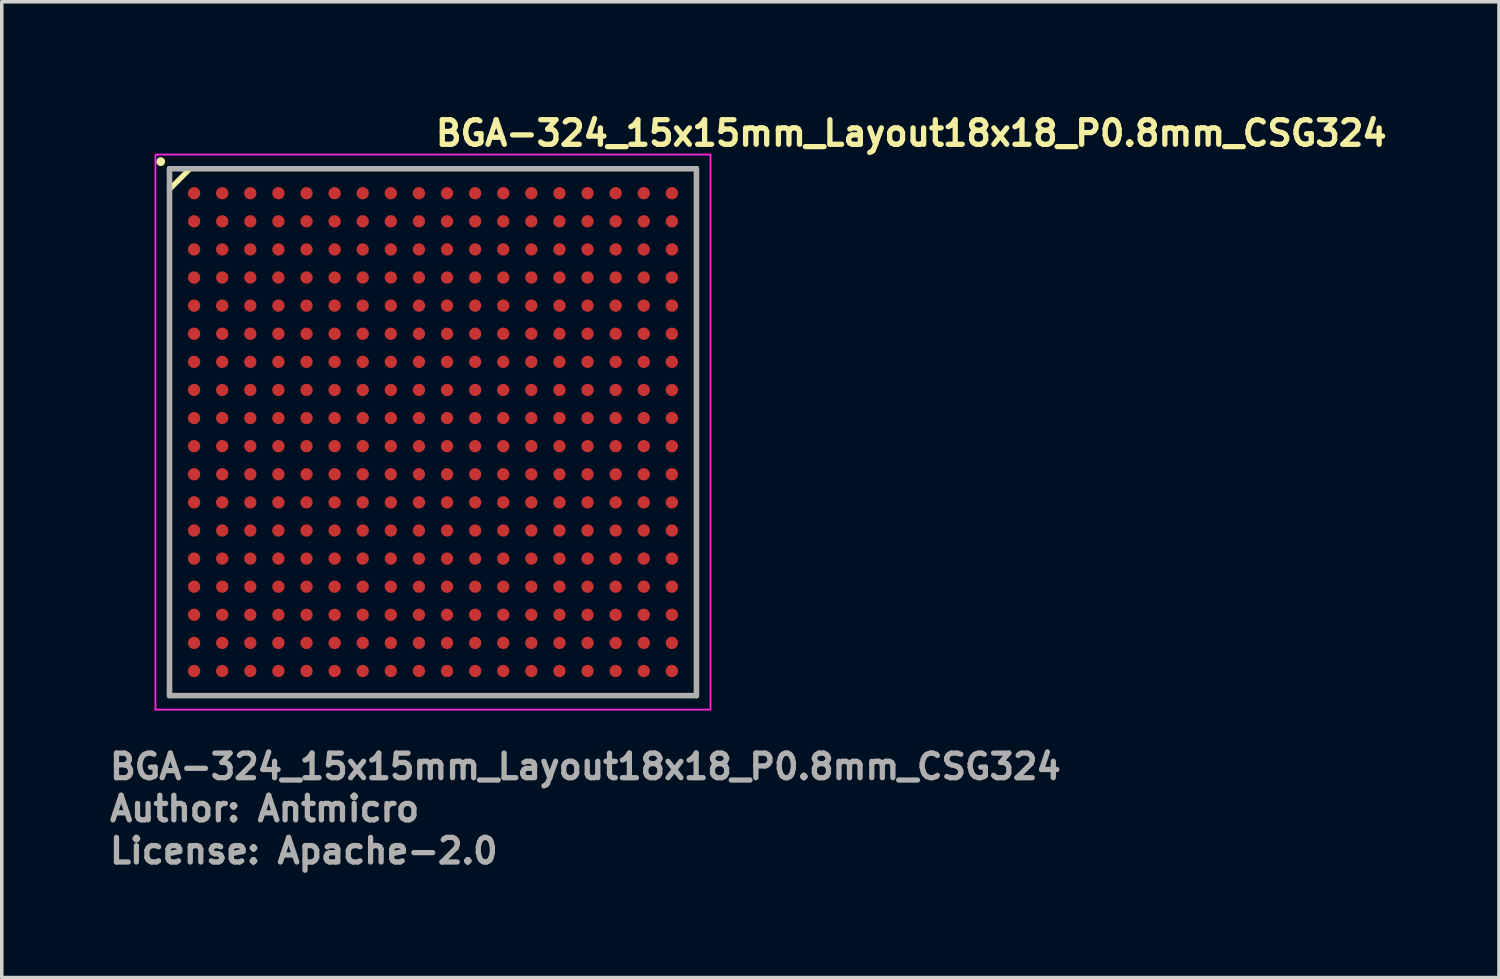
<source format=kicad_pcb>
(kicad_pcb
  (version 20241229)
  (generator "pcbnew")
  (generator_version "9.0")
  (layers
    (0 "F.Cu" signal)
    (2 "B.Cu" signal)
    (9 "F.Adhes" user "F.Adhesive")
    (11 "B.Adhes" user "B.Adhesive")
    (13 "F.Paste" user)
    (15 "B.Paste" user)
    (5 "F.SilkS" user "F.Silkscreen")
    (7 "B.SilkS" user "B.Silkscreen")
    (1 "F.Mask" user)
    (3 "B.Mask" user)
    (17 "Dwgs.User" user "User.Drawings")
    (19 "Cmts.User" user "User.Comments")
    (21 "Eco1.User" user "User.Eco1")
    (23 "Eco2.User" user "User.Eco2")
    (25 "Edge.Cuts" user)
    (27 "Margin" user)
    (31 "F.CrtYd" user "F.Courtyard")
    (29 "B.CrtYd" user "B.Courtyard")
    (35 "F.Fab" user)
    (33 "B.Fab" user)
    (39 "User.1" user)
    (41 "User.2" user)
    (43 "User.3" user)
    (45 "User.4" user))
  (footprint "BGA-324_15x15mm_Layout18x18_P0.8mm_CSG324"
    (layer "F.Cu")
    (at 9.275 9.25)
    (property "Reference" "BGA-324_15x15mm_Layout18x18_P0.8mm_CSG324" (at 0 -8.1 0) (layer "F.SilkS") (effects (font (size 0.7 0.7) (thickness 0.15)) (justify left bottom)))
    (attr smd)
    (fp_line (start -7.5 -7.5) (end 7.5 -7.5) (stroke (width 0.15) (type solid)) (layer "F.SilkS"))
    (fp_line (start -7.5 -6.913) (end -6.913 -7.5) (stroke (width 0.15) (type solid)) (layer "F.SilkS"))
    (fp_line (start -7.5 7.5) (end -7.5 -7.5) (stroke (width 0.15) (type solid)) (layer "F.SilkS"))
    (fp_line (start -7.5 7.5) (end 7.5 7.5) (stroke (width 0.15) (type solid)) (layer "F.SilkS"))
    (fp_line (start 7.5 7.5) (end 7.5 -7.5) (stroke (width 0.15) (type solid)) (layer "F.SilkS"))
    (fp_circle (center -7.75 -7.7) (end -7.7 -7.7) (stroke (width 0.15) (type solid)) (fill yes) (layer "F.SilkS"))
    (fp_rect (start -7.9 -7.9) (end 7.9 7.9) (stroke (width 0.05) (type solid)) (fill no) (layer "F.CrtYd"))
    (fp_line (start -7.5 -7.5) (end 7.5 -7.5) (stroke (width 0.15) (type solid)) (layer "F.Fab"))
    (fp_line (start -7.5 7.5) (end -7.5 -7.5) (stroke (width 0.15) (type solid)) (layer "F.Fab"))
    (fp_line (start -7.5 7.5) (end 7.5 7.5) (stroke (width 0.15) (type solid)) (layer "F.Fab"))
    (fp_line (start 7.5 7.5) (end 7.5 -7.5) (stroke (width 0.15) (type solid)) (layer "F.Fab"))
    (fp_rect (start -7.5 -7.5) (end 7.5 7.5) (stroke (width 0.1) (type solid)) (fill no) (layer "User.5"))
    (fp_line (start -7.5 -7.5) (end -7.5 7.5) (stroke (width 0.02) (type solid)) (layer "User.9"))
    (fp_line (start -7.5 7.5) (end 7.5 7.5) (stroke (width 0.02) (type solid)) (layer "User.9"))
    (fp_line (start 7.5 -7.5) (end -7.5 -7.5) (stroke (width 0.02) (type solid)) (layer "User.9"))
    (fp_line (start 7.5 7.5) (end 7.5 -7.5) (stroke (width 0.02) (type solid)) (layer "User.9"))
    (fp_text user "Author: Antmicro" (at -9.275 11.13 0) (layer "F.Fab") (effects (font (size 0.7 0.7) (thickness 0.15)) (justify left bottom)))
    (fp_text user "License: Apache-2.0" (at -9.275 12.33 0) (layer "F.Fab") (effects (font (size 0.7 0.7) (thickness 0.15)) (justify left bottom)))
    (fp_text user "${REFERENCE}" (at -9.275 9.93 0) (layer "F.Fab") (effects (font (size 0.7 0.7) (thickness 0.15)) (justify left bottom)))
    (pad "A1" smd circle (at -6.8 -6.8) (size 0.35 0.35) (layers "F.Cu" "F.Mask" "F.Paste"))
    (pad "A2" smd circle (at -6 -6.8) (size 0.35 0.35) (layers "F.Cu" "F.Mask" "F.Paste"))
    (pad "A3" smd circle (at -5.2 -6.8) (size 0.35 0.35) (layers "F.Cu" "F.Mask" "F.Paste"))
    (pad "A4" smd circle (at -4.4 -6.8) (size 0.35 0.35) (layers "F.Cu" "F.Mask" "F.Paste"))
    (pad "A5" smd circle (at -3.6 -6.8) (size 0.35 0.35) (layers "F.Cu" "F.Mask" "F.Paste"))
    (pad "A6" smd circle (at -2.8 -6.8) (size 0.35 0.35) (layers "F.Cu" "F.Mask" "F.Paste"))
    (pad "A7" smd circle (at -2 -6.8) (size 0.35 0.35) (layers "F.Cu" "F.Mask" "F.Paste"))
    (pad "A8" smd circle (at -1.2 -6.8) (size 0.35 0.35) (layers "F.Cu" "F.Mask" "F.Paste"))
    (pad "A9" smd circle (at -0.4 -6.8) (size 0.35 0.35) (layers "F.Cu" "F.Mask" "F.Paste"))
    (pad "A10" smd circle (at 0.4 -6.8) (size 0.35 0.35) (layers "F.Cu" "F.Mask" "F.Paste"))
    (pad "A11" smd circle (at 1.2 -6.8) (size 0.35 0.35) (layers "F.Cu" "F.Mask" "F.Paste"))
    (pad "A12" smd circle (at 2 -6.8) (size 0.35 0.35) (layers "F.Cu" "F.Mask" "F.Paste"))
    (pad "A13" smd circle (at 2.8 -6.8) (size 0.35 0.35) (layers "F.Cu" "F.Mask" "F.Paste"))
    (pad "A14" smd circle (at 3.6 -6.8) (size 0.35 0.35) (layers "F.Cu" "F.Mask" "F.Paste"))
    (pad "A15" smd circle (at 4.4 -6.8) (size 0.35 0.35) (layers "F.Cu" "F.Mask" "F.Paste"))
    (pad "A16" smd circle (at 5.2 -6.8) (size 0.35 0.35) (layers "F.Cu" "F.Mask" "F.Paste"))
    (pad "A17" smd circle (at 6 -6.8) (size 0.35 0.35) (layers "F.Cu" "F.Mask" "F.Paste"))
    (pad "A18" smd circle (at 6.8 -6.8) (size 0.35 0.35) (layers "F.Cu" "F.Mask" "F.Paste"))
    (pad "B1" smd circle (at -6.8 -6) (size 0.35 0.35) (layers "F.Cu" "F.Mask" "F.Paste"))
    (pad "B2" smd circle (at -6 -6) (size 0.35 0.35) (layers "F.Cu" "F.Mask" "F.Paste"))
    (pad "B3" smd circle (at -5.2 -6) (size 0.35 0.35) (layers "F.Cu" "F.Mask" "F.Paste"))
    (pad "B4" smd circle (at -4.4 -6) (size 0.35 0.35) (layers "F.Cu" "F.Mask" "F.Paste"))
    (pad "B5" smd circle (at -3.6 -6) (size 0.35 0.35) (layers "F.Cu" "F.Mask" "F.Paste"))
    (pad "B6" smd circle (at -2.8 -6) (size 0.35 0.35) (layers "F.Cu" "F.Mask" "F.Paste"))
    (pad "B7" smd circle (at -2 -6) (size 0.35 0.35) (layers "F.Cu" "F.Mask" "F.Paste"))
    (pad "B8" smd circle (at -1.2 -6) (size 0.35 0.35) (layers "F.Cu" "F.Mask" "F.Paste"))
    (pad "B9" smd circle (at -0.4 -6) (size 0.35 0.35) (layers "F.Cu" "F.Mask" "F.Paste"))
    (pad "B10" smd circle (at 0.4 -6) (size 0.35 0.35) (layers "F.Cu" "F.Mask" "F.Paste"))
    (pad "B11" smd circle (at 1.2 -6) (size 0.35 0.35) (layers "F.Cu" "F.Mask" "F.Paste"))
    (pad "B12" smd circle (at 2 -6) (size 0.35 0.35) (layers "F.Cu" "F.Mask" "F.Paste"))
    (pad "B13" smd circle (at 2.8 -6) (size 0.35 0.35) (layers "F.Cu" "F.Mask" "F.Paste"))
    (pad "B14" smd circle (at 3.6 -6) (size 0.35 0.35) (layers "F.Cu" "F.Mask" "F.Paste"))
    (pad "B15" smd circle (at 4.4 -6) (size 0.35 0.35) (layers "F.Cu" "F.Mask" "F.Paste"))
    (pad "B16" smd circle (at 5.2 -6) (size 0.35 0.35) (layers "F.Cu" "F.Mask" "F.Paste"))
    (pad "B17" smd circle (at 6 -6) (size 0.35 0.35) (layers "F.Cu" "F.Mask" "F.Paste"))
    (pad "B18" smd circle (at 6.8 -6) (size 0.35 0.35) (layers "F.Cu" "F.Mask" "F.Paste"))
    (pad "C1" smd circle (at -6.8 -5.2) (size 0.35 0.35) (layers "F.Cu" "F.Mask" "F.Paste"))
    (pad "C2" smd circle (at -6 -5.2) (size 0.35 0.35) (layers "F.Cu" "F.Mask" "F.Paste"))
    (pad "C3" smd circle (at -5.2 -5.2) (size 0.35 0.35) (layers "F.Cu" "F.Mask" "F.Paste"))
    (pad "C4" smd circle (at -4.4 -5.2) (size 0.35 0.35) (layers "F.Cu" "F.Mask" "F.Paste"))
    (pad "C5" smd circle (at -3.6 -5.2) (size 0.35 0.35) (layers "F.Cu" "F.Mask" "F.Paste"))
    (pad "C6" smd circle (at -2.8 -5.2) (size 0.35 0.35) (layers "F.Cu" "F.Mask" "F.Paste"))
    (pad "C7" smd circle (at -2 -5.2) (size 0.35 0.35) (layers "F.Cu" "F.Mask" "F.Paste"))
    (pad "C8" smd circle (at -1.2 -5.2) (size 0.35 0.35) (layers "F.Cu" "F.Mask" "F.Paste"))
    (pad "C9" smd circle (at -0.4 -5.2) (size 0.35 0.35) (layers "F.Cu" "F.Mask" "F.Paste"))
    (pad "C10" smd circle (at 0.4 -5.2) (size 0.35 0.35) (layers "F.Cu" "F.Mask" "F.Paste"))
    (pad "C11" smd circle (at 1.2 -5.2) (size 0.35 0.35) (layers "F.Cu" "F.Mask" "F.Paste"))
    (pad "C12" smd circle (at 2 -5.2) (size 0.35 0.35) (layers "F.Cu" "F.Mask" "F.Paste"))
    (pad "C13" smd circle (at 2.8 -5.2) (size 0.35 0.35) (layers "F.Cu" "F.Mask" "F.Paste"))
    (pad "C14" smd circle (at 3.6 -5.2) (size 0.35 0.35) (layers "F.Cu" "F.Mask" "F.Paste"))
    (pad "C15" smd circle (at 4.4 -5.2) (size 0.35 0.35) (layers "F.Cu" "F.Mask" "F.Paste"))
    (pad "C16" smd circle (at 5.2 -5.2) (size 0.35 0.35) (layers "F.Cu" "F.Mask" "F.Paste"))
    (pad "C17" smd circle (at 6 -5.2) (size 0.35 0.35) (layers "F.Cu" "F.Mask" "F.Paste"))
    (pad "C18" smd circle (at 6.8 -5.2) (size 0.35 0.35) (layers "F.Cu" "F.Mask" "F.Paste"))
    (pad "D1" smd circle (at -6.8 -4.4) (size 0.35 0.35) (layers "F.Cu" "F.Mask" "F.Paste"))
    (pad "D2" smd circle (at -6 -4.4) (size 0.35 0.35) (layers "F.Cu" "F.Mask" "F.Paste"))
    (pad "D3" smd circle (at -5.2 -4.4) (size 0.35 0.35) (layers "F.Cu" "F.Mask" "F.Paste"))
    (pad "D4" smd circle (at -4.4 -4.4) (size 0.35 0.35) (layers "F.Cu" "F.Mask" "F.Paste"))
    (pad "D5" smd circle (at -3.6 -4.4) (size 0.35 0.35) (layers "F.Cu" "F.Mask" "F.Paste"))
    (pad "D6" smd circle (at -2.8 -4.4) (size 0.35 0.35) (layers "F.Cu" "F.Mask" "F.Paste"))
    (pad "D7" smd circle (at -2 -4.4) (size 0.35 0.35) (layers "F.Cu" "F.Mask" "F.Paste"))
    (pad "D8" smd circle (at -1.2 -4.4) (size 0.35 0.35) (layers "F.Cu" "F.Mask" "F.Paste"))
    (pad "D9" smd circle (at -0.4 -4.4) (size 0.35 0.35) (layers "F.Cu" "F.Mask" "F.Paste"))
    (pad "D10" smd circle (at 0.4 -4.4) (size 0.35 0.35) (layers "F.Cu" "F.Mask" "F.Paste"))
    (pad "D11" smd circle (at 1.2 -4.4) (size 0.35 0.35) (layers "F.Cu" "F.Mask" "F.Paste"))
    (pad "D12" smd circle (at 2 -4.4) (size 0.35 0.35) (layers "F.Cu" "F.Mask" "F.Paste"))
    (pad "D13" smd circle (at 2.8 -4.4) (size 0.35 0.35) (layers "F.Cu" "F.Mask" "F.Paste"))
    (pad "D14" smd circle (at 3.6 -4.4) (size 0.35 0.35) (layers "F.Cu" "F.Mask" "F.Paste"))
    (pad "D15" smd circle (at 4.4 -4.4) (size 0.35 0.35) (layers "F.Cu" "F.Mask" "F.Paste"))
    (pad "D16" smd circle (at 5.2 -4.4) (size 0.35 0.35) (layers "F.Cu" "F.Mask" "F.Paste"))
    (pad "D17" smd circle (at 6 -4.4) (size 0.35 0.35) (layers "F.Cu" "F.Mask" "F.Paste"))
    (pad "D18" smd circle (at 6.8 -4.4) (size 0.35 0.35) (layers "F.Cu" "F.Mask" "F.Paste"))
    (pad "E1" smd circle (at -6.8 -3.6) (size 0.35 0.35) (layers "F.Cu" "F.Mask" "F.Paste"))
    (pad "E2" smd circle (at -6 -3.6) (size 0.35 0.35) (layers "F.Cu" "F.Mask" "F.Paste"))
    (pad "E3" smd circle (at -5.2 -3.6) (size 0.35 0.35) (layers "F.Cu" "F.Mask" "F.Paste"))
    (pad "E4" smd circle (at -4.4 -3.6) (size 0.35 0.35) (layers "F.Cu" "F.Mask" "F.Paste"))
    (pad "E5" smd circle (at -3.6 -3.6) (size 0.35 0.35) (layers "F.Cu" "F.Mask" "F.Paste"))
    (pad "E6" smd circle (at -2.8 -3.6) (size 0.35 0.35) (layers "F.Cu" "F.Mask" "F.Paste"))
    (pad "E7" smd circle (at -2 -3.6) (size 0.35 0.35) (layers "F.Cu" "F.Mask" "F.Paste"))
    (pad "E8" smd circle (at -1.2 -3.6) (size 0.35 0.35) (layers "F.Cu" "F.Mask" "F.Paste"))
    (pad "E9" smd circle (at -0.4 -3.6) (size 0.35 0.35) (layers "F.Cu" "F.Mask" "F.Paste"))
    (pad "E10" smd circle (at 0.4 -3.6) (size 0.35 0.35) (layers "F.Cu" "F.Mask" "F.Paste"))
    (pad "E11" smd circle (at 1.2 -3.6) (size 0.35 0.35) (layers "F.Cu" "F.Mask" "F.Paste"))
    (pad "E12" smd circle (at 2 -3.6) (size 0.35 0.35) (layers "F.Cu" "F.Mask" "F.Paste"))
    (pad "E13" smd circle (at 2.8 -3.6) (size 0.35 0.35) (layers "F.Cu" "F.Mask" "F.Paste"))
    (pad "E14" smd circle (at 3.6 -3.6) (size 0.35 0.35) (layers "F.Cu" "F.Mask" "F.Paste"))
    (pad "E15" smd circle (at 4.4 -3.6) (size 0.35 0.35) (layers "F.Cu" "F.Mask" "F.Paste"))
    (pad "E16" smd circle (at 5.2 -3.6) (size 0.35 0.35) (layers "F.Cu" "F.Mask" "F.Paste"))
    (pad "E17" smd circle (at 6 -3.6) (size 0.35 0.35) (layers "F.Cu" "F.Mask" "F.Paste"))
    (pad "E18" smd circle (at 6.8 -3.6) (size 0.35 0.35) (layers "F.Cu" "F.Mask" "F.Paste"))
    (pad "F1" smd circle (at -6.8 -2.8) (size 0.35 0.35) (layers "F.Cu" "F.Mask" "F.Paste"))
    (pad "F2" smd circle (at -6 -2.8) (size 0.35 0.35) (layers "F.Cu" "F.Mask" "F.Paste"))
    (pad "F3" smd circle (at -5.2 -2.8) (size 0.35 0.35) (layers "F.Cu" "F.Mask" "F.Paste"))
    (pad "F4" smd circle (at -4.4 -2.8) (size 0.35 0.35) (layers "F.Cu" "F.Mask" "F.Paste"))
    (pad "F5" smd circle (at -3.6 -2.8) (size 0.35 0.35) (layers "F.Cu" "F.Mask" "F.Paste"))
    (pad "F6" smd circle (at -2.8 -2.8) (size 0.35 0.35) (layers "F.Cu" "F.Mask" "F.Paste"))
    (pad "F7" smd circle (at -2 -2.8) (size 0.35 0.35) (layers "F.Cu" "F.Mask" "F.Paste"))
    (pad "F8" smd circle (at -1.2 -2.8) (size 0.35 0.35) (layers "F.Cu" "F.Mask" "F.Paste"))
    (pad "F9" smd circle (at -0.4 -2.8) (size 0.35 0.35) (layers "F.Cu" "F.Mask" "F.Paste"))
    (pad "F10" smd circle (at 0.4 -2.8) (size 0.35 0.35) (layers "F.Cu" "F.Mask" "F.Paste"))
    (pad "F11" smd circle (at 1.2 -2.8) (size 0.35 0.35) (layers "F.Cu" "F.Mask" "F.Paste"))
    (pad "F12" smd circle (at 2 -2.8) (size 0.35 0.35) (layers "F.Cu" "F.Mask" "F.Paste"))
    (pad "F13" smd circle (at 2.8 -2.8) (size 0.35 0.35) (layers "F.Cu" "F.Mask" "F.Paste"))
    (pad "F14" smd circle (at 3.6 -2.8) (size 0.35 0.35) (layers "F.Cu" "F.Mask" "F.Paste"))
    (pad "F15" smd circle (at 4.4 -2.8) (size 0.35 0.35) (layers "F.Cu" "F.Mask" "F.Paste"))
    (pad "F16" smd circle (at 5.2 -2.8) (size 0.35 0.35) (layers "F.Cu" "F.Mask" "F.Paste"))
    (pad "F17" smd circle (at 6 -2.8) (size 0.35 0.35) (layers "F.Cu" "F.Mask" "F.Paste"))
    (pad "F18" smd circle (at 6.8 -2.8) (size 0.35 0.35) (layers "F.Cu" "F.Mask" "F.Paste"))
    (pad "G1" smd circle (at -6.8 -2) (size 0.35 0.35) (layers "F.Cu" "F.Mask" "F.Paste"))
    (pad "G2" smd circle (at -6 -2) (size 0.35 0.35) (layers "F.Cu" "F.Mask" "F.Paste"))
    (pad "G3" smd circle (at -5.2 -2) (size 0.35 0.35) (layers "F.Cu" "F.Mask" "F.Paste"))
    (pad "G4" smd circle (at -4.4 -2) (size 0.35 0.35) (layers "F.Cu" "F.Mask" "F.Paste"))
    (pad "G5" smd circle (at -3.6 -2) (size 0.35 0.35) (layers "F.Cu" "F.Mask" "F.Paste"))
    (pad "G6" smd circle (at -2.8 -2) (size 0.35 0.35) (layers "F.Cu" "F.Mask" "F.Paste"))
    (pad "G7" smd circle (at -2 -2) (size 0.35 0.35) (layers "F.Cu" "F.Mask" "F.Paste"))
    (pad "G8" smd circle (at -1.2 -2) (size 0.35 0.35) (layers "F.Cu" "F.Mask" "F.Paste"))
    (pad "G9" smd circle (at -0.4 -2) (size 0.35 0.35) (layers "F.Cu" "F.Mask" "F.Paste"))
    (pad "G10" smd circle (at 0.4 -2) (size 0.35 0.35) (layers "F.Cu" "F.Mask" "F.Paste"))
    (pad "G11" smd circle (at 1.2 -2) (size 0.35 0.35) (layers "F.Cu" "F.Mask" "F.Paste"))
    (pad "G12" smd circle (at 2 -2) (size 0.35 0.35) (layers "F.Cu" "F.Mask" "F.Paste"))
    (pad "G13" smd circle (at 2.8 -2) (size 0.35 0.35) (layers "F.Cu" "F.Mask" "F.Paste"))
    (pad "G14" smd circle (at 3.6 -2) (size 0.35 0.35) (layers "F.Cu" "F.Mask" "F.Paste"))
    (pad "G15" smd circle (at 4.4 -2) (size 0.35 0.35) (layers "F.Cu" "F.Mask" "F.Paste"))
    (pad "G16" smd circle (at 5.2 -2) (size 0.35 0.35) (layers "F.Cu" "F.Mask" "F.Paste"))
    (pad "G17" smd circle (at 6 -2) (size 0.35 0.35) (layers "F.Cu" "F.Mask" "F.Paste"))
    (pad "G18" smd circle (at 6.8 -2) (size 0.35 0.35) (layers "F.Cu" "F.Mask" "F.Paste"))
    (pad "H1" smd circle (at -6.8 -1.2) (size 0.35 0.35) (layers "F.Cu" "F.Mask" "F.Paste"))
    (pad "H2" smd circle (at -6 -1.2) (size 0.35 0.35) (layers "F.Cu" "F.Mask" "F.Paste"))
    (pad "H3" smd circle (at -5.2 -1.2) (size 0.35 0.35) (layers "F.Cu" "F.Mask" "F.Paste"))
    (pad "H4" smd circle (at -4.4 -1.2) (size 0.35 0.35) (layers "F.Cu" "F.Mask" "F.Paste"))
    (pad "H5" smd circle (at -3.6 -1.2) (size 0.35 0.35) (layers "F.Cu" "F.Mask" "F.Paste"))
    (pad "H6" smd circle (at -2.8 -1.2) (size 0.35 0.35) (layers "F.Cu" "F.Mask" "F.Paste"))
    (pad "H7" smd circle (at -2 -1.2) (size 0.35 0.35) (layers "F.Cu" "F.Mask" "F.Paste"))
    (pad "H8" smd circle (at -1.2 -1.2) (size 0.35 0.35) (layers "F.Cu" "F.Mask" "F.Paste"))
    (pad "H9" smd circle (at -0.4 -1.2) (size 0.35 0.35) (layers "F.Cu" "F.Mask" "F.Paste"))
    (pad "H10" smd circle (at 0.4 -1.2) (size 0.35 0.35) (layers "F.Cu" "F.Mask" "F.Paste"))
    (pad "H11" smd circle (at 1.2 -1.2) (size 0.35 0.35) (layers "F.Cu" "F.Mask" "F.Paste"))
    (pad "H12" smd circle (at 2 -1.2) (size 0.35 0.35) (layers "F.Cu" "F.Mask" "F.Paste"))
    (pad "H13" smd circle (at 2.8 -1.2) (size 0.35 0.35) (layers "F.Cu" "F.Mask" "F.Paste"))
    (pad "H14" smd circle (at 3.6 -1.2) (size 0.35 0.35) (layers "F.Cu" "F.Mask" "F.Paste"))
    (pad "H15" smd circle (at 4.4 -1.2) (size 0.35 0.35) (layers "F.Cu" "F.Mask" "F.Paste"))
    (pad "H16" smd circle (at 5.2 -1.2) (size 0.35 0.35) (layers "F.Cu" "F.Mask" "F.Paste"))
    (pad "H17" smd circle (at 6 -1.2) (size 0.35 0.35) (layers "F.Cu" "F.Mask" "F.Paste"))
    (pad "H18" smd circle (at 6.8 -1.2) (size 0.35 0.35) (layers "F.Cu" "F.Mask" "F.Paste"))
    (pad "J1" smd circle (at -6.8 -0.4) (size 0.35 0.35) (layers "F.Cu" "F.Mask" "F.Paste"))
    (pad "J2" smd circle (at -6 -0.4) (size 0.35 0.35) (layers "F.Cu" "F.Mask" "F.Paste"))
    (pad "J3" smd circle (at -5.2 -0.4) (size 0.35 0.35) (layers "F.Cu" "F.Mask" "F.Paste"))
    (pad "J4" smd circle (at -4.4 -0.4) (size 0.35 0.35) (layers "F.Cu" "F.Mask" "F.Paste"))
    (pad "J5" smd circle (at -3.6 -0.4) (size 0.35 0.35) (layers "F.Cu" "F.Mask" "F.Paste"))
    (pad "J6" smd circle (at -2.8 -0.4) (size 0.35 0.35) (layers "F.Cu" "F.Mask" "F.Paste"))
    (pad "J7" smd circle (at -2 -0.4) (size 0.35 0.35) (layers "F.Cu" "F.Mask" "F.Paste"))
    (pad "J8" smd circle (at -1.2 -0.4) (size 0.35 0.35) (layers "F.Cu" "F.Mask" "F.Paste"))
    (pad "J9" smd circle (at -0.4 -0.4) (size 0.35 0.35) (layers "F.Cu" "F.Mask" "F.Paste"))
    (pad "J10" smd circle (at 0.4 -0.4) (size 0.35 0.35) (layers "F.Cu" "F.Mask" "F.Paste"))
    (pad "J11" smd circle (at 1.2 -0.4) (size 0.35 0.35) (layers "F.Cu" "F.Mask" "F.Paste"))
    (pad "J12" smd circle (at 2 -0.4) (size 0.35 0.35) (layers "F.Cu" "F.Mask" "F.Paste"))
    (pad "J13" smd circle (at 2.8 -0.4) (size 0.35 0.35) (layers "F.Cu" "F.Mask" "F.Paste"))
    (pad "J14" smd circle (at 3.6 -0.4) (size 0.35 0.35) (layers "F.Cu" "F.Mask" "F.Paste"))
    (pad "J15" smd circle (at 4.4 -0.4) (size 0.35 0.35) (layers "F.Cu" "F.Mask" "F.Paste"))
    (pad "J16" smd circle (at 5.2 -0.4) (size 0.35 0.35) (layers "F.Cu" "F.Mask" "F.Paste"))
    (pad "J17" smd circle (at 6 -0.4) (size 0.35 0.35) (layers "F.Cu" "F.Mask" "F.Paste"))
    (pad "J18" smd circle (at 6.8 -0.4) (size 0.35 0.35) (layers "F.Cu" "F.Mask" "F.Paste"))
    (pad "K1" smd circle (at -6.8 0.4) (size 0.35 0.35) (layers "F.Cu" "F.Mask" "F.Paste"))
    (pad "K2" smd circle (at -6 0.4) (size 0.35 0.35) (layers "F.Cu" "F.Mask" "F.Paste"))
    (pad "K3" smd circle (at -5.2 0.4) (size 0.35 0.35) (layers "F.Cu" "F.Mask" "F.Paste"))
    (pad "K4" smd circle (at -4.4 0.4) (size 0.35 0.35) (layers "F.Cu" "F.Mask" "F.Paste"))
    (pad "K5" smd circle (at -3.6 0.4) (size 0.35 0.35) (layers "F.Cu" "F.Mask" "F.Paste"))
    (pad "K6" smd circle (at -2.8 0.4) (size 0.35 0.35) (layers "F.Cu" "F.Mask" "F.Paste"))
    (pad "K7" smd circle (at -2 0.4) (size 0.35 0.35) (layers "F.Cu" "F.Mask" "F.Paste"))
    (pad "K8" smd circle (at -1.2 0.4) (size 0.35 0.35) (layers "F.Cu" "F.Mask" "F.Paste"))
    (pad "K9" smd circle (at -0.4 0.4) (size 0.35 0.35) (layers "F.Cu" "F.Mask" "F.Paste"))
    (pad "K10" smd circle (at 0.4 0.4) (size 0.35 0.35) (layers "F.Cu" "F.Mask" "F.Paste"))
    (pad "K11" smd circle (at 1.2 0.4) (size 0.35 0.35) (layers "F.Cu" "F.Mask" "F.Paste"))
    (pad "K12" smd circle (at 2 0.4) (size 0.35 0.35) (layers "F.Cu" "F.Mask" "F.Paste"))
    (pad "K13" smd circle (at 2.8 0.4) (size 0.35 0.35) (layers "F.Cu" "F.Mask" "F.Paste"))
    (pad "K14" smd circle (at 3.6 0.4) (size 0.35 0.35) (layers "F.Cu" "F.Mask" "F.Paste"))
    (pad "K15" smd circle (at 4.4 0.4) (size 0.35 0.35) (layers "F.Cu" "F.Mask" "F.Paste"))
    (pad "K16" smd circle (at 5.2 0.4) (size 0.35 0.35) (layers "F.Cu" "F.Mask" "F.Paste"))
    (pad "K17" smd circle (at 6 0.4) (size 0.35 0.35) (layers "F.Cu" "F.Mask" "F.Paste"))
    (pad "K18" smd circle (at 6.8 0.4) (size 0.35 0.35) (layers "F.Cu" "F.Mask" "F.Paste"))
    (pad "L1" smd circle (at -6.8 1.2) (size 0.35 0.35) (layers "F.Cu" "F.Mask" "F.Paste"))
    (pad "L2" smd circle (at -6 1.2) (size 0.35 0.35) (layers "F.Cu" "F.Mask" "F.Paste"))
    (pad "L3" smd circle (at -5.2 1.2) (size 0.35 0.35) (layers "F.Cu" "F.Mask" "F.Paste"))
    (pad "L4" smd circle (at -4.4 1.2) (size 0.35 0.35) (layers "F.Cu" "F.Mask" "F.Paste"))
    (pad "L5" smd circle (at -3.6 1.2) (size 0.35 0.35) (layers "F.Cu" "F.Mask" "F.Paste"))
    (pad "L6" smd circle (at -2.8 1.2) (size 0.35 0.35) (layers "F.Cu" "F.Mask" "F.Paste"))
    (pad "L7" smd circle (at -2 1.2) (size 0.35 0.35) (layers "F.Cu" "F.Mask" "F.Paste"))
    (pad "L8" smd circle (at -1.2 1.2) (size 0.35 0.35) (layers "F.Cu" "F.Mask" "F.Paste"))
    (pad "L9" smd circle (at -0.4 1.2) (size 0.35 0.35) (layers "F.Cu" "F.Mask" "F.Paste"))
    (pad "L10" smd circle (at 0.4 1.2) (size 0.35 0.35) (layers "F.Cu" "F.Mask" "F.Paste"))
    (pad "L11" smd circle (at 1.2 1.2) (size 0.35 0.35) (layers "F.Cu" "F.Mask" "F.Paste"))
    (pad "L12" smd circle (at 2 1.2) (size 0.35 0.35) (layers "F.Cu" "F.Mask" "F.Paste"))
    (pad "L13" smd circle (at 2.8 1.2) (size 0.35 0.35) (layers "F.Cu" "F.Mask" "F.Paste"))
    (pad "L14" smd circle (at 3.6 1.2) (size 0.35 0.35) (layers "F.Cu" "F.Mask" "F.Paste"))
    (pad "L15" smd circle (at 4.4 1.2) (size 0.35 0.35) (layers "F.Cu" "F.Mask" "F.Paste"))
    (pad "L16" smd circle (at 5.2 1.2) (size 0.35 0.35) (layers "F.Cu" "F.Mask" "F.Paste"))
    (pad "L17" smd circle (at 6 1.2) (size 0.35 0.35) (layers "F.Cu" "F.Mask" "F.Paste"))
    (pad "L18" smd circle (at 6.8 1.2) (size 0.35 0.35) (layers "F.Cu" "F.Mask" "F.Paste"))
    (pad "M1" smd circle (at -6.8 2) (size 0.35 0.35) (layers "F.Cu" "F.Mask" "F.Paste"))
    (pad "M2" smd circle (at -6 2) (size 0.35 0.35) (layers "F.Cu" "F.Mask" "F.Paste"))
    (pad "M3" smd circle (at -5.2 2) (size 0.35 0.35) (layers "F.Cu" "F.Mask" "F.Paste"))
    (pad "M4" smd circle (at -4.4 2) (size 0.35 0.35) (layers "F.Cu" "F.Mask" "F.Paste"))
    (pad "M5" smd circle (at -3.6 2) (size 0.35 0.35) (layers "F.Cu" "F.Mask" "F.Paste"))
    (pad "M6" smd circle (at -2.8 2) (size 0.35 0.35) (layers "F.Cu" "F.Mask" "F.Paste"))
    (pad "M7" smd circle (at -2 2) (size 0.35 0.35) (layers "F.Cu" "F.Mask" "F.Paste"))
    (pad "M8" smd circle (at -1.2 2) (size 0.35 0.35) (layers "F.Cu" "F.Mask" "F.Paste"))
    (pad "M9" smd circle (at -0.4 2) (size 0.35 0.35) (layers "F.Cu" "F.Mask" "F.Paste"))
    (pad "M10" smd circle (at 0.4 2) (size 0.35 0.35) (layers "F.Cu" "F.Mask" "F.Paste"))
    (pad "M11" smd circle (at 1.2 2) (size 0.35 0.35) (layers "F.Cu" "F.Mask" "F.Paste"))
    (pad "M12" smd circle (at 2 2) (size 0.35 0.35) (layers "F.Cu" "F.Mask" "F.Paste"))
    (pad "M13" smd circle (at 2.8 2) (size 0.35 0.35) (layers "F.Cu" "F.Mask" "F.Paste"))
    (pad "M14" smd circle (at 3.6 2) (size 0.35 0.35) (layers "F.Cu" "F.Mask" "F.Paste"))
    (pad "M15" smd circle (at 4.4 2) (size 0.35 0.35) (layers "F.Cu" "F.Mask" "F.Paste"))
    (pad "M16" smd circle (at 5.2 2) (size 0.35 0.35) (layers "F.Cu" "F.Mask" "F.Paste"))
    (pad "M17" smd circle (at 6 2) (size 0.35 0.35) (layers "F.Cu" "F.Mask" "F.Paste"))
    (pad "M18" smd circle (at 6.8 2) (size 0.35 0.35) (layers "F.Cu" "F.Mask" "F.Paste"))
    (pad "N1" smd circle (at -6.8 2.8) (size 0.35 0.35) (layers "F.Cu" "F.Mask" "F.Paste"))
    (pad "N2" smd circle (at -6 2.8) (size 0.35 0.35) (layers "F.Cu" "F.Mask" "F.Paste"))
    (pad "N3" smd circle (at -5.2 2.8) (size 0.35 0.35) (layers "F.Cu" "F.Mask" "F.Paste"))
    (pad "N4" smd circle (at -4.4 2.8) (size 0.35 0.35) (layers "F.Cu" "F.Mask" "F.Paste"))
    (pad "N5" smd circle (at -3.6 2.8) (size 0.35 0.35) (layers "F.Cu" "F.Mask" "F.Paste"))
    (pad "N6" smd circle (at -2.8 2.8) (size 0.35 0.35) (layers "F.Cu" "F.Mask" "F.Paste"))
    (pad "N7" smd circle (at -2 2.8) (size 0.35 0.35) (layers "F.Cu" "F.Mask" "F.Paste"))
    (pad "N8" smd circle (at -1.2 2.8) (size 0.35 0.35) (layers "F.Cu" "F.Mask" "F.Paste"))
    (pad "N9" smd circle (at -0.4 2.8) (size 0.35 0.35) (layers "F.Cu" "F.Mask" "F.Paste"))
    (pad "N10" smd circle (at 0.4 2.8) (size 0.35 0.35) (layers "F.Cu" "F.Mask" "F.Paste"))
    (pad "N11" smd circle (at 1.2 2.8) (size 0.35 0.35) (layers "F.Cu" "F.Mask" "F.Paste"))
    (pad "N12" smd circle (at 2 2.8) (size 0.35 0.35) (layers "F.Cu" "F.Mask" "F.Paste"))
    (pad "N13" smd circle (at 2.8 2.8) (size 0.35 0.35) (layers "F.Cu" "F.Mask" "F.Paste"))
    (pad "N14" smd circle (at 3.6 2.8) (size 0.35 0.35) (layers "F.Cu" "F.Mask" "F.Paste"))
    (pad "N15" smd circle (at 4.4 2.8) (size 0.35 0.35) (layers "F.Cu" "F.Mask" "F.Paste"))
    (pad "N16" smd circle (at 5.2 2.8) (size 0.35 0.35) (layers "F.Cu" "F.Mask" "F.Paste"))
    (pad "N17" smd circle (at 6 2.8) (size 0.35 0.35) (layers "F.Cu" "F.Mask" "F.Paste"))
    (pad "N18" smd circle (at 6.8 2.8) (size 0.35 0.35) (layers "F.Cu" "F.Mask" "F.Paste"))
    (pad "P1" smd circle (at -6.8 3.6) (size 0.35 0.35) (layers "F.Cu" "F.Mask" "F.Paste"))
    (pad "P2" smd circle (at -6 3.6) (size 0.35 0.35) (layers "F.Cu" "F.Mask" "F.Paste"))
    (pad "P3" smd circle (at -5.2 3.6) (size 0.35 0.35) (layers "F.Cu" "F.Mask" "F.Paste"))
    (pad "P4" smd circle (at -4.4 3.6) (size 0.35 0.35) (layers "F.Cu" "F.Mask" "F.Paste"))
    (pad "P5" smd circle (at -3.6 3.6) (size 0.35 0.35) (layers "F.Cu" "F.Mask" "F.Paste"))
    (pad "P6" smd circle (at -2.8 3.6) (size 0.35 0.35) (layers "F.Cu" "F.Mask" "F.Paste"))
    (pad "P7" smd circle (at -2 3.6) (size 0.35 0.35) (layers "F.Cu" "F.Mask" "F.Paste"))
    (pad "P8" smd circle (at -1.2 3.6) (size 0.35 0.35) (layers "F.Cu" "F.Mask" "F.Paste"))
    (pad "P9" smd circle (at -0.4 3.6) (size 0.35 0.35) (layers "F.Cu" "F.Mask" "F.Paste"))
    (pad "P10" smd circle (at 0.4 3.6) (size 0.35 0.35) (layers "F.Cu" "F.Mask" "F.Paste"))
    (pad "P11" smd circle (at 1.2 3.6) (size 0.35 0.35) (layers "F.Cu" "F.Mask" "F.Paste"))
    (pad "P12" smd circle (at 2 3.6) (size 0.35 0.35) (layers "F.Cu" "F.Mask" "F.Paste"))
    (pad "P13" smd circle (at 2.8 3.6) (size 0.35 0.35) (layers "F.Cu" "F.Mask" "F.Paste"))
    (pad "P14" smd circle (at 3.6 3.6) (size 0.35 0.35) (layers "F.Cu" "F.Mask" "F.Paste"))
    (pad "P15" smd circle (at 4.4 3.6) (size 0.35 0.35) (layers "F.Cu" "F.Mask" "F.Paste"))
    (pad "P16" smd circle (at 5.2 3.6) (size 0.35 0.35) (layers "F.Cu" "F.Mask" "F.Paste"))
    (pad "P17" smd circle (at 6 3.6) (size 0.35 0.35) (layers "F.Cu" "F.Mask" "F.Paste"))
    (pad "P18" smd circle (at 6.8 3.6) (size 0.35 0.35) (layers "F.Cu" "F.Mask" "F.Paste"))
    (pad "R1" smd circle (at -6.8 4.4) (size 0.35 0.35) (layers "F.Cu" "F.Mask" "F.Paste"))
    (pad "R2" smd circle (at -6 4.4) (size 0.35 0.35) (layers "F.Cu" "F.Mask" "F.Paste"))
    (pad "R3" smd circle (at -5.2 4.4) (size 0.35 0.35) (layers "F.Cu" "F.Mask" "F.Paste"))
    (pad "R4" smd circle (at -4.4 4.4) (size 0.35 0.35) (layers "F.Cu" "F.Mask" "F.Paste"))
    (pad "R5" smd circle (at -3.6 4.4) (size 0.35 0.35) (layers "F.Cu" "F.Mask" "F.Paste"))
    (pad "R6" smd circle (at -2.8 4.4) (size 0.35 0.35) (layers "F.Cu" "F.Mask" "F.Paste"))
    (pad "R7" smd circle (at -2 4.4) (size 0.35 0.35) (layers "F.Cu" "F.Mask" "F.Paste"))
    (pad "R8" smd circle (at -1.2 4.4) (size 0.35 0.35) (layers "F.Cu" "F.Mask" "F.Paste"))
    (pad "R9" smd circle (at -0.4 4.4) (size 0.35 0.35) (layers "F.Cu" "F.Mask" "F.Paste"))
    (pad "R10" smd circle (at 0.4 4.4) (size 0.35 0.35) (layers "F.Cu" "F.Mask" "F.Paste"))
    (pad "R11" smd circle (at 1.2 4.4) (size 0.35 0.35) (layers "F.Cu" "F.Mask" "F.Paste"))
    (pad "R12" smd circle (at 2 4.4) (size 0.35 0.35) (layers "F.Cu" "F.Mask" "F.Paste"))
    (pad "R13" smd circle (at 2.8 4.4) (size 0.35 0.35) (layers "F.Cu" "F.Mask" "F.Paste"))
    (pad "R14" smd circle (at 3.6 4.4) (size 0.35 0.35) (layers "F.Cu" "F.Mask" "F.Paste"))
    (pad "R15" smd circle (at 4.4 4.4) (size 0.35 0.35) (layers "F.Cu" "F.Mask" "F.Paste"))
    (pad "R16" smd circle (at 5.2 4.4) (size 0.35 0.35) (layers "F.Cu" "F.Mask" "F.Paste"))
    (pad "R17" smd circle (at 6 4.4) (size 0.35 0.35) (layers "F.Cu" "F.Mask" "F.Paste"))
    (pad "R18" smd circle (at 6.8 4.4) (size 0.35 0.35) (layers "F.Cu" "F.Mask" "F.Paste"))
    (pad "T1" smd circle (at -6.8 5.2) (size 0.35 0.35) (layers "F.Cu" "F.Mask" "F.Paste"))
    (pad "T2" smd circle (at -6 5.2) (size 0.35 0.35) (layers "F.Cu" "F.Mask" "F.Paste"))
    (pad "T3" smd circle (at -5.2 5.2) (size 0.35 0.35) (layers "F.Cu" "F.Mask" "F.Paste"))
    (pad "T4" smd circle (at -4.4 5.2) (size 0.35 0.35) (layers "F.Cu" "F.Mask" "F.Paste"))
    (pad "T5" smd circle (at -3.6 5.2) (size 0.35 0.35) (layers "F.Cu" "F.Mask" "F.Paste"))
    (pad "T6" smd circle (at -2.8 5.2) (size 0.35 0.35) (layers "F.Cu" "F.Mask" "F.Paste"))
    (pad "T7" smd circle (at -2 5.2) (size 0.35 0.35) (layers "F.Cu" "F.Mask" "F.Paste"))
    (pad "T8" smd circle (at -1.2 5.2) (size 0.35 0.35) (layers "F.Cu" "F.Mask" "F.Paste"))
    (pad "T9" smd circle (at -0.4 5.2) (size 0.35 0.35) (layers "F.Cu" "F.Mask" "F.Paste"))
    (pad "T10" smd circle (at 0.4 5.2) (size 0.35 0.35) (layers "F.Cu" "F.Mask" "F.Paste"))
    (pad "T11" smd circle (at 1.2 5.2) (size 0.35 0.35) (layers "F.Cu" "F.Mask" "F.Paste"))
    (pad "T12" smd circle (at 2 5.2) (size 0.35 0.35) (layers "F.Cu" "F.Mask" "F.Paste"))
    (pad "T13" smd circle (at 2.8 5.2) (size 0.35 0.35) (layers "F.Cu" "F.Mask" "F.Paste"))
    (pad "T14" smd circle (at 3.6 5.2) (size 0.35 0.35) (layers "F.Cu" "F.Mask" "F.Paste"))
    (pad "T15" smd circle (at 4.4 5.2) (size 0.35 0.35) (layers "F.Cu" "F.Mask" "F.Paste"))
    (pad "T16" smd circle (at 5.2 5.2) (size 0.35 0.35) (layers "F.Cu" "F.Mask" "F.Paste"))
    (pad "T17" smd circle (at 6 5.2) (size 0.35 0.35) (layers "F.Cu" "F.Mask" "F.Paste"))
    (pad "T18" smd circle (at 6.8 5.2) (size 0.35 0.35) (layers "F.Cu" "F.Mask" "F.Paste"))
    (pad "U1" smd circle (at -6.8 6) (size 0.35 0.35) (layers "F.Cu" "F.Mask" "F.Paste"))
    (pad "U2" smd circle (at -6 6) (size 0.35 0.35) (layers "F.Cu" "F.Mask" "F.Paste"))
    (pad "U3" smd circle (at -5.2 6) (size 0.35 0.35) (layers "F.Cu" "F.Mask" "F.Paste"))
    (pad "U4" smd circle (at -4.4 6) (size 0.35 0.35) (layers "F.Cu" "F.Mask" "F.Paste"))
    (pad "U5" smd circle (at -3.6 6) (size 0.35 0.35) (layers "F.Cu" "F.Mask" "F.Paste"))
    (pad "U6" smd circle (at -2.8 6) (size 0.35 0.35) (layers "F.Cu" "F.Mask" "F.Paste"))
    (pad "U7" smd circle (at -2 6) (size 0.35 0.35) (layers "F.Cu" "F.Mask" "F.Paste"))
    (pad "U8" smd circle (at -1.2 6) (size 0.35 0.35) (layers "F.Cu" "F.Mask" "F.Paste"))
    (pad "U9" smd circle (at -0.4 6) (size 0.35 0.35) (layers "F.Cu" "F.Mask" "F.Paste"))
    (pad "U10" smd circle (at 0.4 6) (size 0.35 0.35) (layers "F.Cu" "F.Mask" "F.Paste"))
    (pad "U11" smd circle (at 1.2 6) (size 0.35 0.35) (layers "F.Cu" "F.Mask" "F.Paste"))
    (pad "U12" smd circle (at 2 6) (size 0.35 0.35) (layers "F.Cu" "F.Mask" "F.Paste"))
    (pad "U13" smd circle (at 2.8 6) (size 0.35 0.35) (layers "F.Cu" "F.Mask" "F.Paste"))
    (pad "U14" smd circle (at 3.6 6) (size 0.35 0.35) (layers "F.Cu" "F.Mask" "F.Paste"))
    (pad "U15" smd circle (at 4.4 6) (size 0.35 0.35) (layers "F.Cu" "F.Mask" "F.Paste"))
    (pad "U16" smd circle (at 5.2 6) (size 0.35 0.35) (layers "F.Cu" "F.Mask" "F.Paste"))
    (pad "U17" smd circle (at 6 6) (size 0.35 0.35) (layers "F.Cu" "F.Mask" "F.Paste"))
    (pad "U18" smd circle (at 6.8 6) (size 0.35 0.35) (layers "F.Cu" "F.Mask" "F.Paste"))
    (pad "V1" smd circle (at -6.8 6.8) (size 0.35 0.35) (layers "F.Cu" "F.Mask" "F.Paste"))
    (pad "V2" smd circle (at -6 6.8) (size 0.35 0.35) (layers "F.Cu" "F.Mask" "F.Paste"))
    (pad "V3" smd circle (at -5.2 6.8) (size 0.35 0.35) (layers "F.Cu" "F.Mask" "F.Paste"))
    (pad "V4" smd circle (at -4.4 6.8) (size 0.35 0.35) (layers "F.Cu" "F.Mask" "F.Paste"))
    (pad "V5" smd circle (at -3.6 6.8) (size 0.35 0.35) (layers "F.Cu" "F.Mask" "F.Paste"))
    (pad "V6" smd circle (at -2.8 6.8) (size 0.35 0.35) (layers "F.Cu" "F.Mask" "F.Paste"))
    (pad "V7" smd circle (at -2 6.8) (size 0.35 0.35) (layers "F.Cu" "F.Mask" "F.Paste"))
    (pad "V8" smd circle (at -1.2 6.8) (size 0.35 0.35) (layers "F.Cu" "F.Mask" "F.Paste"))
    (pad "V9" smd circle (at -0.4 6.8) (size 0.35 0.35) (layers "F.Cu" "F.Mask" "F.Paste"))
    (pad "V10" smd circle (at 0.4 6.8) (size 0.35 0.35) (layers "F.Cu" "F.Mask" "F.Paste"))
    (pad "V11" smd circle (at 1.2 6.8) (size 0.35 0.35) (layers "F.Cu" "F.Mask" "F.Paste"))
    (pad "V12" smd circle (at 2 6.8) (size 0.35 0.35) (layers "F.Cu" "F.Mask" "F.Paste"))
    (pad "V13" smd circle (at 2.8 6.8) (size 0.35 0.35) (layers "F.Cu" "F.Mask" "F.Paste"))
    (pad "V14" smd circle (at 3.6 6.8) (size 0.35 0.35) (layers "F.Cu" "F.Mask" "F.Paste"))
    (pad "V15" smd circle (at 4.4 6.8) (size 0.35 0.35) (layers "F.Cu" "F.Mask" "F.Paste"))
    (pad "V16" smd circle (at 5.2 6.8) (size 0.35 0.35) (layers "F.Cu" "F.Mask" "F.Paste"))
    (pad "V17" smd circle (at 6 6.8) (size 0.35 0.35) (layers "F.Cu" "F.Mask" "F.Paste"))
    (pad "V18" smd circle (at 6.8 6.8) (size 0.35 0.35) (layers "F.Cu" "F.Mask" "F.Paste")))
  (gr_rect
    (start -3 -3)
    (end 39.618 24.776)
    (stroke (width 0.1) (type default))
    (fill no)
    (layer "Edge.Cuts")))
</source>
